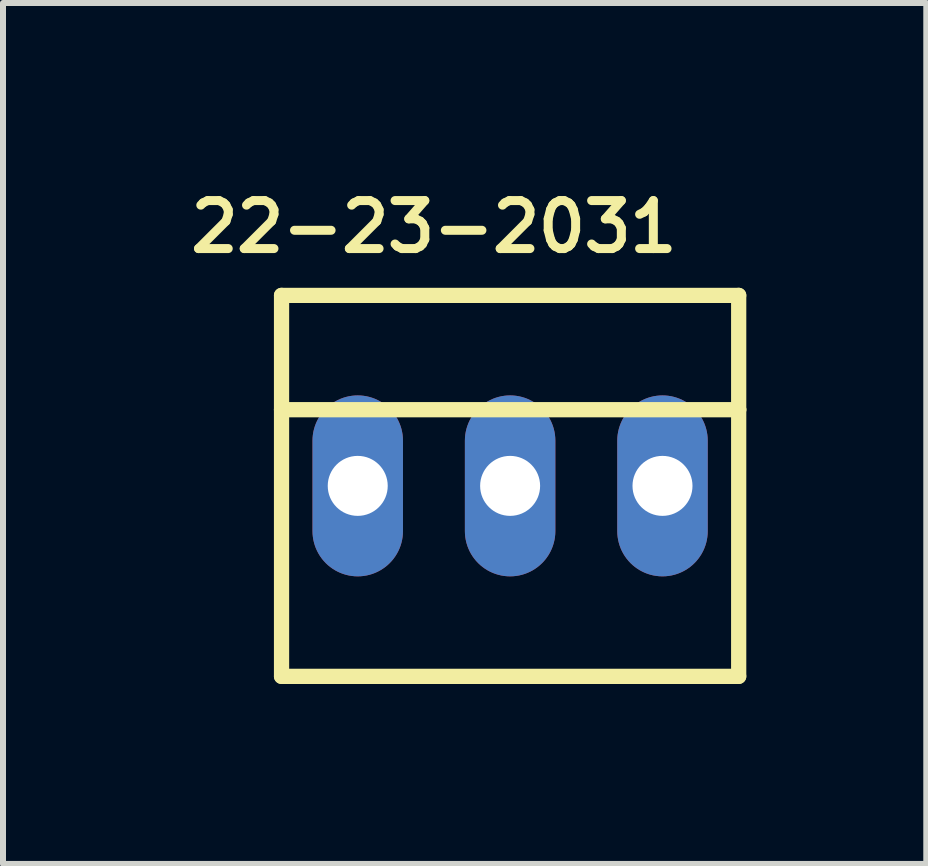
<source format=kicad_pcb>
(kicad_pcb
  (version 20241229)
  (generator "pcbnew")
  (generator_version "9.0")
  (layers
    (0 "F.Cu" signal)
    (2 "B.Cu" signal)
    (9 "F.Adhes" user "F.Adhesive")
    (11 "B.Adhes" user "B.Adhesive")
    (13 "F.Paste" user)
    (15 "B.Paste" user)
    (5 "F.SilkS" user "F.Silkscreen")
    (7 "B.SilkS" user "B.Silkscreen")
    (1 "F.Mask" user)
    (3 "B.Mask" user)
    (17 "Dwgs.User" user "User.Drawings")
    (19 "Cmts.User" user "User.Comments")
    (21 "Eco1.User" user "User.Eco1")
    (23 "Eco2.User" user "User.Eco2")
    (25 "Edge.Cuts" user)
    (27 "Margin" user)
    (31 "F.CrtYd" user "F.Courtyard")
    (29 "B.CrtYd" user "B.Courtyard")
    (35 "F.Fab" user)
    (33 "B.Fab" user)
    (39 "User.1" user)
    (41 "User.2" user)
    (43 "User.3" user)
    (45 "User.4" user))
  (footprint "22-23-2031"
    (layer "F.Cu")
    (at 5.453 5.049)
    (property "Reference" "22-23-2031" (at -1.27 -4.318 0) (layer "F.SilkS") (effects (font (size 0.8 0.8) (thickness 0.15))))
    (attr through_hole)
    (fp_line (start -3.81 -3.175) (end 3.81 -3.175) (stroke (width 0.254) (type solid)) (layer "F.SilkS"))
    (fp_line (start -3.81 -1.27) (end -3.81 -3.175) (stroke (width 0.254) (type solid)) (layer "F.SilkS"))
    (fp_line (start -3.81 -1.27) (end 3.81 -1.27) (stroke (width 0.254) (type solid)) (layer "F.SilkS"))
    (fp_line (start -3.81 3.175) (end -3.81 -1.27) (stroke (width 0.254) (type solid)) (layer "F.SilkS"))
    (fp_line (start 3.81 -3.175) (end 3.81 -1.27) (stroke (width 0.254) (type solid)) (layer "F.SilkS"))
    (fp_line (start 3.81 -1.27) (end 3.81 3.175) (stroke (width 0.254) (type solid)) (layer "F.SilkS"))
    (fp_line (start 3.81 3.175) (end -3.81 3.175) (stroke (width 0.254) (type solid)) (layer "F.SilkS"))
    (pad "1" thru_hole oval (at -2.54 0) (size 1.508 3.016) (drill 1) (layers "*.Cu" "*.Mask"))
    (pad "2" thru_hole oval (at 0 0) (size 1.508 3.016) (drill 1) (layers "*.Cu" "*.Mask"))
    (pad "3" thru_hole oval (at 2.54 0) (size 1.508 3.016) (drill 1) (layers "*.Cu" "*.Mask")))
  (gr_rect
    (start -3 -3)
    (end 12.39 11.351)
    (stroke (width 0.1) (type default))
    (fill no)
    (layer "Edge.Cuts")))
</source>
